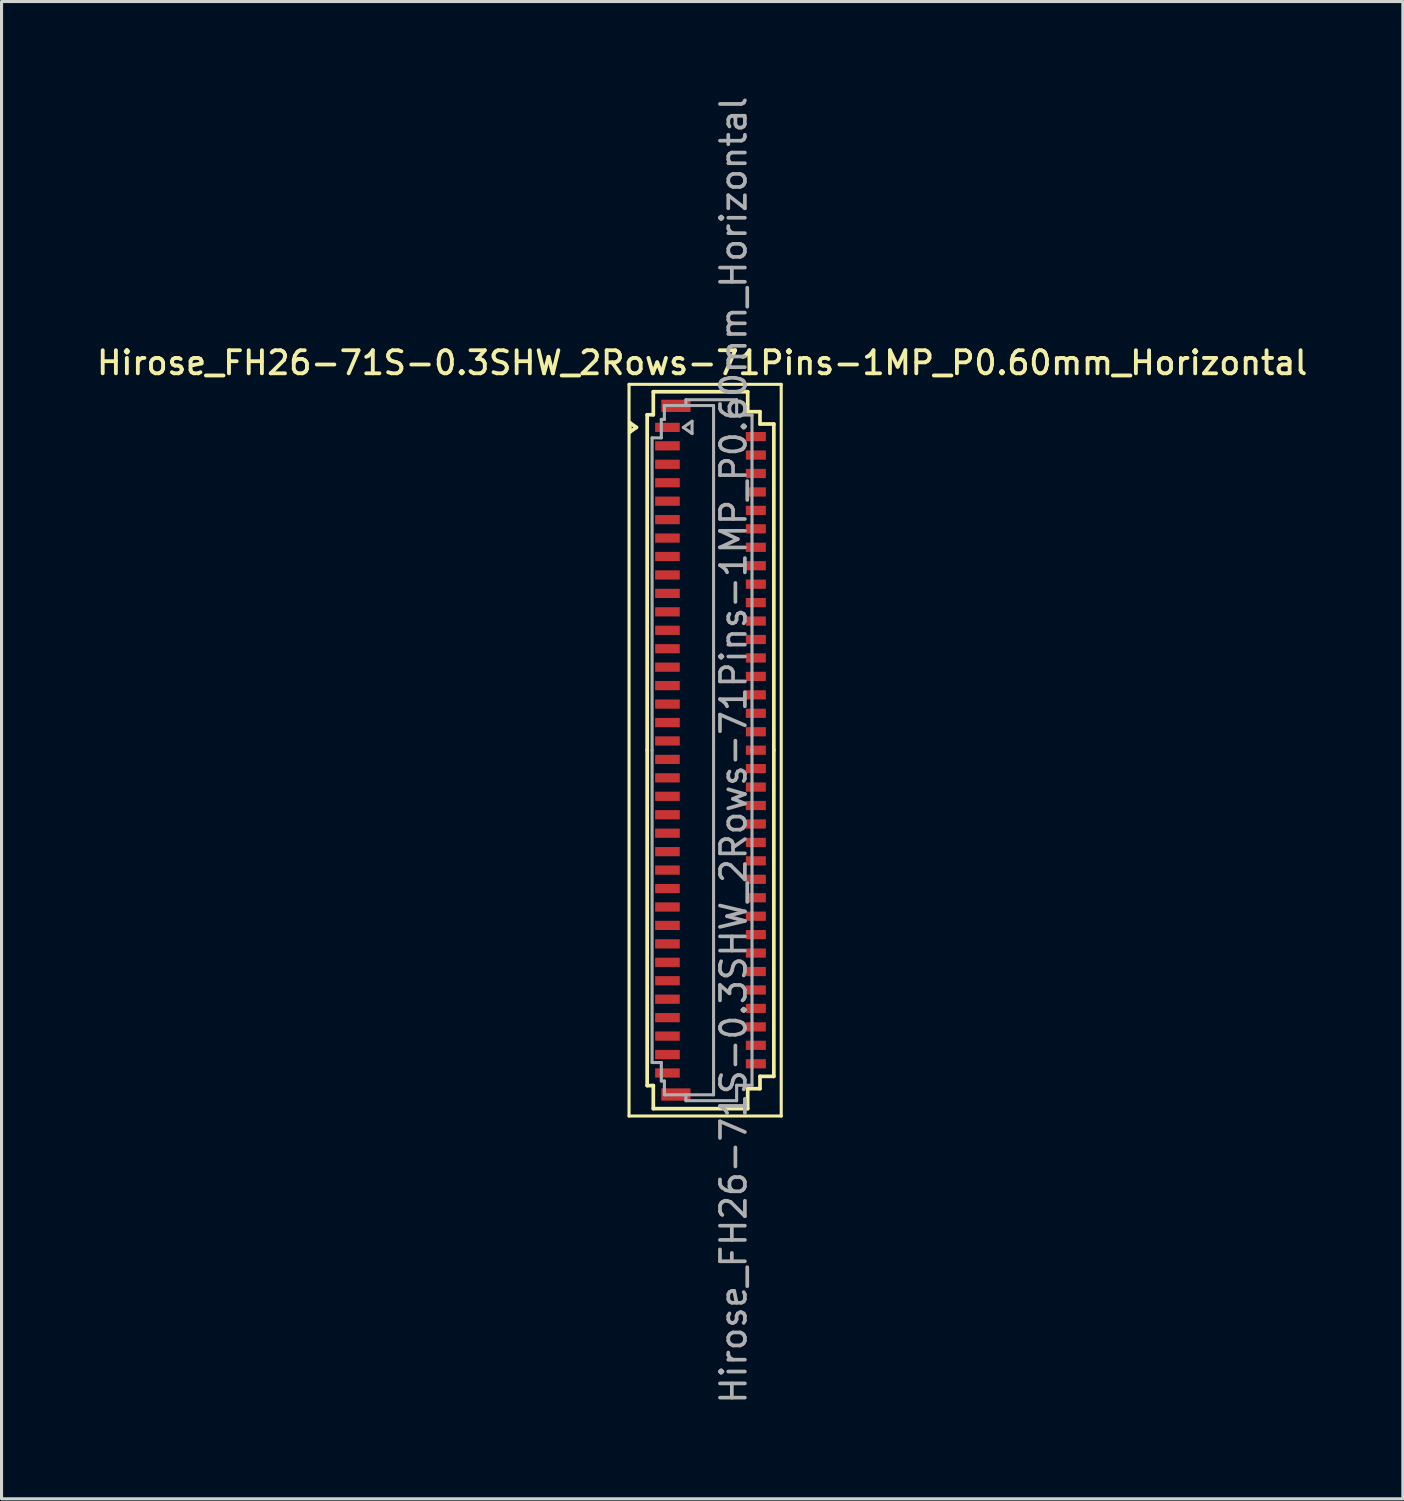
<source format=kicad_pcb>
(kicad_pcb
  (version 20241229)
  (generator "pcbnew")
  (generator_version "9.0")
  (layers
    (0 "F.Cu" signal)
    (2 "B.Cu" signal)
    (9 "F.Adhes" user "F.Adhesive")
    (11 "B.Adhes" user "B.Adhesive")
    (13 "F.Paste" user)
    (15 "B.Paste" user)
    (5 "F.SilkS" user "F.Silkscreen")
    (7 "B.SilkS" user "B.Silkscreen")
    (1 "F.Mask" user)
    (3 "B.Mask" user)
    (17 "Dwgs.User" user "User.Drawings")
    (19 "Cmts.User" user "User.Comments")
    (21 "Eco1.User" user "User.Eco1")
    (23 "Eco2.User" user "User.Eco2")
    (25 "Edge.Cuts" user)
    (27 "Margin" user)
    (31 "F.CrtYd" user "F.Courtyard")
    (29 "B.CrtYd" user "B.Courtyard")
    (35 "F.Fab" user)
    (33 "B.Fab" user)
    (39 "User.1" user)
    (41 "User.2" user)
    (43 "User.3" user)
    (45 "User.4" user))
  (footprint "Hirose_FH26-71S-0.3SHW_2Rows-71Pins-1MP_P0.60mm_Horizontal"
    (layer "F.Cu")
    (at 20.061 21.352)
    (property "Reference" "Hirose_FH26-71S-0.3SHW_2Rows-71Pins-1MP_P0.60mm_Horizontal" (at -0.27 -12.6 0) (layer "F.SilkS") (effects (font (size 0.75 0.75) (thickness 0.125))))
    (attr smd)
    (fp_line (start -2.65 -11.9) (end -2.65 11.9) (stroke (width 0.1) (type solid)) (layer "F.SilkS"))
    (fp_line (start -2.65 11.9) (end 2.3 11.9) (stroke (width 0.1) (type solid)) (layer "F.SilkS"))
    (fp_line (start -2.622 -10.65) (end -2.41 -10.5) (stroke (width 0.12) (type solid)) (layer "F.SilkS"))
    (fp_line (start -2.622 -10.35) (end -2.622 -10.65) (stroke (width 0.12) (type solid)) (layer "F.SilkS"))
    (fp_line (start -2.41 -10.5) (end -2.622 -10.35) (stroke (width 0.12) (type solid)) (layer "F.SilkS"))
    (fp_line (start -2.06 -10.91) (end -2.06 0) (stroke (width 0.12) (type solid)) (layer "F.SilkS"))
    (fp_line (start -2.06 10.91) (end -2.06 0) (stroke (width 0.12) (type solid)) (layer "F.SilkS"))
    (fp_line (start -1.86 -11.66) (end -1.86 -10.91) (stroke (width 0.12) (type solid)) (layer "F.SilkS"))
    (fp_line (start -1.86 -10.91) (end -2.06 -10.91) (stroke (width 0.12) (type solid)) (layer "F.SilkS"))
    (fp_line (start -1.86 10.91) (end -2.06 10.91) (stroke (width 0.12) (type solid)) (layer "F.SilkS"))
    (fp_line (start -1.86 11.66) (end -1.86 10.91) (stroke (width 0.12) (type solid)) (layer "F.SilkS"))
    (fp_line (start 1.21 -11.66) (end -1.86 -11.66) (stroke (width 0.12) (type solid)) (layer "F.SilkS"))
    (fp_line (start 1.21 -11.01) (end 1.21 -11.66) (stroke (width 0.12) (type solid)) (layer "F.SilkS"))
    (fp_line (start 1.21 11.01) (end 1.21 11.66) (stroke (width 0.12) (type solid)) (layer "F.SilkS"))
    (fp_line (start 1.21 11.66) (end -1.86 11.66) (stroke (width 0.12) (type solid)) (layer "F.SilkS"))
    (fp_line (start 1.61 -11.01) (end 1.21 -11.01) (stroke (width 0.12) (type solid)) (layer "F.SilkS"))
    (fp_line (start 1.61 -10.61) (end 1.61 -11.01) (stroke (width 0.12) (type solid)) (layer "F.SilkS"))
    (fp_line (start 1.61 10.61) (end 1.61 11.01) (stroke (width 0.12) (type solid)) (layer "F.SilkS"))
    (fp_line (start 1.61 11.01) (end 1.21 11.01) (stroke (width 0.12) (type solid)) (layer "F.SilkS"))
    (fp_line (start 2.06 -10.61) (end 1.61 -10.61) (stroke (width 0.12) (type solid)) (layer "F.SilkS"))
    (fp_line (start 2.06 0) (end 2.06 -10.61) (stroke (width 0.12) (type solid)) (layer "F.SilkS"))
    (fp_line (start 2.06 0) (end 2.06 10.61) (stroke (width 0.12) (type solid)) (layer "F.SilkS"))
    (fp_line (start 2.06 10.61) (end 1.61 10.61) (stroke (width 0.12) (type solid)) (layer "F.SilkS"))
    (fp_line (start 2.3 -11.9) (end -2.65 -11.9) (stroke (width 0.1) (type solid)) (layer "F.SilkS"))
    (fp_line (start 2.3 11.9) (end 2.3 -11.9) (stroke (width 0.1) (type solid)) (layer "F.SilkS"))
    (fp_line (start -1.9 -10.16) (end -1.6 -10.16) (stroke (width 0.1) (type solid)) (layer "F.Fab"))
    (fp_line (start -1.9 0) (end -1.9 -10.16) (stroke (width 0.1) (type solid)) (layer "F.Fab"))
    (fp_line (start -1.9 0) (end -1.9 10.16) (stroke (width 0.1) (type solid)) (layer "F.Fab"))
    (fp_line (start -1.9 10.16) (end -1.6 10.16) (stroke (width 0.1) (type solid)) (layer "F.Fab"))
    (fp_line (start -1.6 -10.76) (end -1.5 -10.76) (stroke (width 0.1) (type solid)) (layer "F.Fab"))
    (fp_line (start -1.6 -10.16) (end -1.6 -10.76) (stroke (width 0.1) (type solid)) (layer "F.Fab"))
    (fp_line (start -1.6 10.16) (end -1.6 10.76) (stroke (width 0.1) (type solid)) (layer "F.Fab"))
    (fp_line (start -1.6 10.76) (end -1.5 10.76) (stroke (width 0.1) (type solid)) (layer "F.Fab"))
    (fp_line (start -1.5 -11.21) (end -0.8 -11.21) (stroke (width 0.1) (type solid)) (layer "F.Fab"))
    (fp_line (start -1.5 -10.76) (end -1.5 -11.21) (stroke (width 0.1) (type solid)) (layer "F.Fab"))
    (fp_line (start -1.5 10.76) (end -1.5 11.21) (stroke (width 0.1) (type solid)) (layer "F.Fab"))
    (fp_line (start -1.5 11.21) (end -0.8 11.21) (stroke (width 0.1) (type solid)) (layer "F.Fab"))
    (fp_line (start -0.883 -10.5) (end -0.6 -10.3) (stroke (width 0.1) (type solid)) (layer "F.Fab"))
    (fp_line (start -0.8 -11.4) (end 0.85 -11.4) (stroke (width 0.1) (type solid)) (layer "F.Fab"))
    (fp_line (start -0.8 -11.21) (end -0.8 -11.4) (stroke (width 0.1) (type solid)) (layer "F.Fab"))
    (fp_line (start -0.8 11.21) (end -0.8 11.4) (stroke (width 0.1) (type solid)) (layer "F.Fab"))
    (fp_line (start -0.8 11.4) (end 0.85 11.4) (stroke (width 0.1) (type solid)) (layer "F.Fab"))
    (fp_line (start -0.6 -10.7) (end -0.883 -10.5) (stroke (width 0.1) (type solid)) (layer "F.Fab"))
    (fp_line (start -0.6 -10.3) (end -0.6 -10.7) (stroke (width 0.1) (type solid)) (layer "F.Fab"))
    (fp_line (start 0.1 -11.21) (end -0.8 -11.21) (stroke (width 0.1) (type solid)) (layer "F.Fab"))
    (fp_line (start 0.1 0) (end 0.1 -11.21) (stroke (width 0.1) (type solid)) (layer "F.Fab"))
    (fp_line (start 0.1 0) (end 0.1 11.21) (stroke (width 0.1) (type solid)) (layer "F.Fab"))
    (fp_line (start 0.1 11.21) (end -0.8 11.21) (stroke (width 0.1) (type solid)) (layer "F.Fab"))
    (fp_line (start 0.85 -11.4) (end 0.85 -10.9) (stroke (width 0.1) (type solid)) (layer "F.Fab"))
    (fp_line (start 0.85 -10.9) (end 1.35 -10.9) (stroke (width 0.1) (type solid)) (layer "F.Fab"))
    (fp_line (start 0.85 10.9) (end 1.35 10.9) (stroke (width 0.1) (type solid)) (layer "F.Fab"))
    (fp_line (start 0.85 11.4) (end 0.85 10.9) (stroke (width 0.1) (type solid)) (layer "F.Fab"))
    (fp_line (start 1.35 -10.9) (end 1.35 0) (stroke (width 0.1) (type solid)) (layer "F.Fab"))
    (fp_line (start 1.35 10.9) (end 1.35 0) (stroke (width 0.1) (type solid)) (layer "F.Fab"))
    (fp_text user "${REFERENCE}" (at 0.75 0 90) (layer "F.Fab") (effects (font (size 0.81 0.81) (thickness 0.12))))
    (pad "1" smd rect (at -1.4 -10.5) (size 0.8 0.3) (layers "F.Cu" "F.Mask" "F.Paste"))
    (pad "2" smd rect (at 1.475 -10.2) (size 0.65 0.3) (layers "F.Cu" "F.Mask" "F.Paste"))
    (pad "3" smd rect (at -1.4 -9.9) (size 0.8 0.3) (layers "F.Cu" "F.Mask" "F.Paste"))
    (pad "4" smd rect (at 1.475 -9.6) (size 0.65 0.3) (layers "F.Cu" "F.Mask" "F.Paste"))
    (pad "5" smd rect (at -1.4 -9.3) (size 0.8 0.3) (layers "F.Cu" "F.Mask" "F.Paste"))
    (pad "6" smd rect (at 1.475 -9) (size 0.65 0.3) (layers "F.Cu" "F.Mask" "F.Paste"))
    (pad "7" smd rect (at -1.4 -8.7) (size 0.8 0.3) (layers "F.Cu" "F.Mask" "F.Paste"))
    (pad "8" smd rect (at 1.475 -8.4) (size 0.65 0.3) (layers "F.Cu" "F.Mask" "F.Paste"))
    (pad "9" smd rect (at -1.4 -8.1) (size 0.8 0.3) (layers "F.Cu" "F.Mask" "F.Paste"))
    (pad "10" smd rect (at 1.475 -7.8) (size 0.65 0.3) (layers "F.Cu" "F.Mask" "F.Paste"))
    (pad "11" smd rect (at -1.4 -7.5) (size 0.8 0.3) (layers "F.Cu" "F.Mask" "F.Paste"))
    (pad "12" smd rect (at 1.475 -7.2) (size 0.65 0.3) (layers "F.Cu" "F.Mask" "F.Paste"))
    (pad "13" smd rect (at -1.4 -6.9) (size 0.8 0.3) (layers "F.Cu" "F.Mask" "F.Paste"))
    (pad "14" smd rect (at 1.475 -6.6) (size 0.65 0.3) (layers "F.Cu" "F.Mask" "F.Paste"))
    (pad "15" smd rect (at -1.4 -6.3) (size 0.8 0.3) (layers "F.Cu" "F.Mask" "F.Paste"))
    (pad "16" smd rect (at 1.475 -6) (size 0.65 0.3) (layers "F.Cu" "F.Mask" "F.Paste"))
    (pad "17" smd rect (at -1.4 -5.7) (size 0.8 0.3) (layers "F.Cu" "F.Mask" "F.Paste"))
    (pad "18" smd rect (at 1.475 -5.4) (size 0.65 0.3) (layers "F.Cu" "F.Mask" "F.Paste"))
    (pad "19" smd rect (at -1.4 -5.1) (size 0.8 0.3) (layers "F.Cu" "F.Mask" "F.Paste"))
    (pad "20" smd rect (at 1.475 -4.8) (size 0.65 0.3) (layers "F.Cu" "F.Mask" "F.Paste"))
    (pad "21" smd rect (at -1.4 -4.5) (size 0.8 0.3) (layers "F.Cu" "F.Mask" "F.Paste"))
    (pad "22" smd rect (at 1.475 -4.2) (size 0.65 0.3) (layers "F.Cu" "F.Mask" "F.Paste"))
    (pad "23" smd rect (at -1.4 -3.9) (size 0.8 0.3) (layers "F.Cu" "F.Mask" "F.Paste"))
    (pad "24" smd rect (at 1.475 -3.6) (size 0.65 0.3) (layers "F.Cu" "F.Mask" "F.Paste"))
    (pad "25" smd rect (at -1.4 -3.3) (size 0.8 0.3) (layers "F.Cu" "F.Mask" "F.Paste"))
    (pad "26" smd rect (at 1.475 -3) (size 0.65 0.3) (layers "F.Cu" "F.Mask" "F.Paste"))
    (pad "27" smd rect (at -1.4 -2.7) (size 0.8 0.3) (layers "F.Cu" "F.Mask" "F.Paste"))
    (pad "28" smd rect (at 1.475 -2.4) (size 0.65 0.3) (layers "F.Cu" "F.Mask" "F.Paste"))
    (pad "29" smd rect (at -1.4 -2.1) (size 0.8 0.3) (layers "F.Cu" "F.Mask" "F.Paste"))
    (pad "30" smd rect (at 1.475 -1.8) (size 0.65 0.3) (layers "F.Cu" "F.Mask" "F.Paste"))
    (pad "31" smd rect (at -1.4 -1.5) (size 0.8 0.3) (layers "F.Cu" "F.Mask" "F.Paste"))
    (pad "32" smd rect (at 1.475 -1.2) (size 0.65 0.3) (layers "F.Cu" "F.Mask" "F.Paste"))
    (pad "33" smd rect (at -1.4 -0.9) (size 0.8 0.3) (layers "F.Cu" "F.Mask" "F.Paste"))
    (pad "34" smd rect (at 1.475 -0.6) (size 0.65 0.3) (layers "F.Cu" "F.Mask" "F.Paste"))
    (pad "35" smd rect (at -1.4 -0.3) (size 0.8 0.3) (layers "F.Cu" "F.Mask" "F.Paste"))
    (pad "36" smd rect (at 1.475 0) (size 0.65 0.3) (layers "F.Cu" "F.Mask" "F.Paste"))
    (pad "37" smd rect (at -1.4 0.3) (size 0.8 0.3) (layers "F.Cu" "F.Mask" "F.Paste"))
    (pad "38" smd rect (at 1.475 0.6) (size 0.65 0.3) (layers "F.Cu" "F.Mask" "F.Paste"))
    (pad "39" smd rect (at -1.4 0.9) (size 0.8 0.3) (layers "F.Cu" "F.Mask" "F.Paste"))
    (pad "40" smd rect (at 1.475 1.2) (size 0.65 0.3) (layers "F.Cu" "F.Mask" "F.Paste"))
    (pad "41" smd rect (at -1.4 1.5) (size 0.8 0.3) (layers "F.Cu" "F.Mask" "F.Paste"))
    (pad "42" smd rect (at 1.475 1.8) (size 0.65 0.3) (layers "F.Cu" "F.Mask" "F.Paste"))
    (pad "43" smd rect (at -1.4 2.1) (size 0.8 0.3) (layers "F.Cu" "F.Mask" "F.Paste"))
    (pad "44" smd rect (at 1.475 2.4) (size 0.65 0.3) (layers "F.Cu" "F.Mask" "F.Paste"))
    (pad "45" smd rect (at -1.4 2.7) (size 0.8 0.3) (layers "F.Cu" "F.Mask" "F.Paste"))
    (pad "46" smd rect (at 1.475 3) (size 0.65 0.3) (layers "F.Cu" "F.Mask" "F.Paste"))
    (pad "47" smd rect (at -1.4 3.3) (size 0.8 0.3) (layers "F.Cu" "F.Mask" "F.Paste"))
    (pad "48" smd rect (at 1.475 3.6) (size 0.65 0.3) (layers "F.Cu" "F.Mask" "F.Paste"))
    (pad "49" smd rect (at -1.4 3.9) (size 0.8 0.3) (layers "F.Cu" "F.Mask" "F.Paste"))
    (pad "50" smd rect (at 1.475 4.2) (size 0.65 0.3) (layers "F.Cu" "F.Mask" "F.Paste"))
    (pad "51" smd rect (at -1.4 4.5) (size 0.8 0.3) (layers "F.Cu" "F.Mask" "F.Paste"))
    (pad "52" smd rect (at 1.475 4.8) (size 0.65 0.3) (layers "F.Cu" "F.Mask" "F.Paste"))
    (pad "53" smd rect (at -1.4 5.1) (size 0.8 0.3) (layers "F.Cu" "F.Mask" "F.Paste"))
    (pad "54" smd rect (at 1.475 5.4) (size 0.65 0.3) (layers "F.Cu" "F.Mask" "F.Paste"))
    (pad "55" smd rect (at -1.4 5.7) (size 0.8 0.3) (layers "F.Cu" "F.Mask" "F.Paste"))
    (pad "56" smd rect (at 1.475 6) (size 0.65 0.3) (layers "F.Cu" "F.Mask" "F.Paste"))
    (pad "57" smd rect (at -1.4 6.3) (size 0.8 0.3) (layers "F.Cu" "F.Mask" "F.Paste"))
    (pad "58" smd rect (at 1.475 6.6) (size 0.65 0.3) (layers "F.Cu" "F.Mask" "F.Paste"))
    (pad "59" smd rect (at -1.4 6.9) (size 0.8 0.3) (layers "F.Cu" "F.Mask" "F.Paste"))
    (pad "60" smd rect (at 1.475 7.2) (size 0.65 0.3) (layers "F.Cu" "F.Mask" "F.Paste"))
    (pad "61" smd rect (at -1.4 7.5) (size 0.8 0.3) (layers "F.Cu" "F.Mask" "F.Paste"))
    (pad "62" smd rect (at 1.475 7.8) (size 0.65 0.3) (layers "F.Cu" "F.Mask" "F.Paste"))
    (pad "63" smd rect (at -1.4 8.1) (size 0.8 0.3) (layers "F.Cu" "F.Mask" "F.Paste"))
    (pad "64" smd rect (at 1.475 8.4) (size 0.65 0.3) (layers "F.Cu" "F.Mask" "F.Paste"))
    (pad "65" smd rect (at -1.4 8.7) (size 0.8 0.3) (layers "F.Cu" "F.Mask" "F.Paste"))
    (pad "66" smd rect (at 1.475 9) (size 0.65 0.3) (layers "F.Cu" "F.Mask" "F.Paste"))
    (pad "67" smd rect (at -1.4 9.3) (size 0.8 0.3) (layers "F.Cu" "F.Mask" "F.Paste"))
    (pad "68" smd rect (at 1.475 9.6) (size 0.65 0.3) (layers "F.Cu" "F.Mask" "F.Paste"))
    (pad "69" smd rect (at -1.4 9.9) (size 0.8 0.3) (layers "F.Cu" "F.Mask" "F.Paste"))
    (pad "70" smd rect (at 1.475 10.2) (size 0.65 0.3) (layers "F.Cu" "F.Mask" "F.Paste"))
    (pad "71" smd rect (at -1.4 10.5) (size 0.8 0.3) (layers "F.Cu" "F.Mask" "F.Paste"))
    (pad "MP" smd rect (at -1.125 -11.2) (size 0.95 0.4) (layers "F.Cu" "F.Mask" "F.Paste"))
    (pad "MP" smd rect (at -1.125 11.2) (size 0.95 0.4) (layers "F.Cu" "F.Mask" "F.Paste")))
  (gr_rect
    (start -3 -3)
    (end 42.582 45.704)
    (stroke (width 0.1) (type default))
    (fill no)
    (layer "Edge.Cuts")))
</source>
